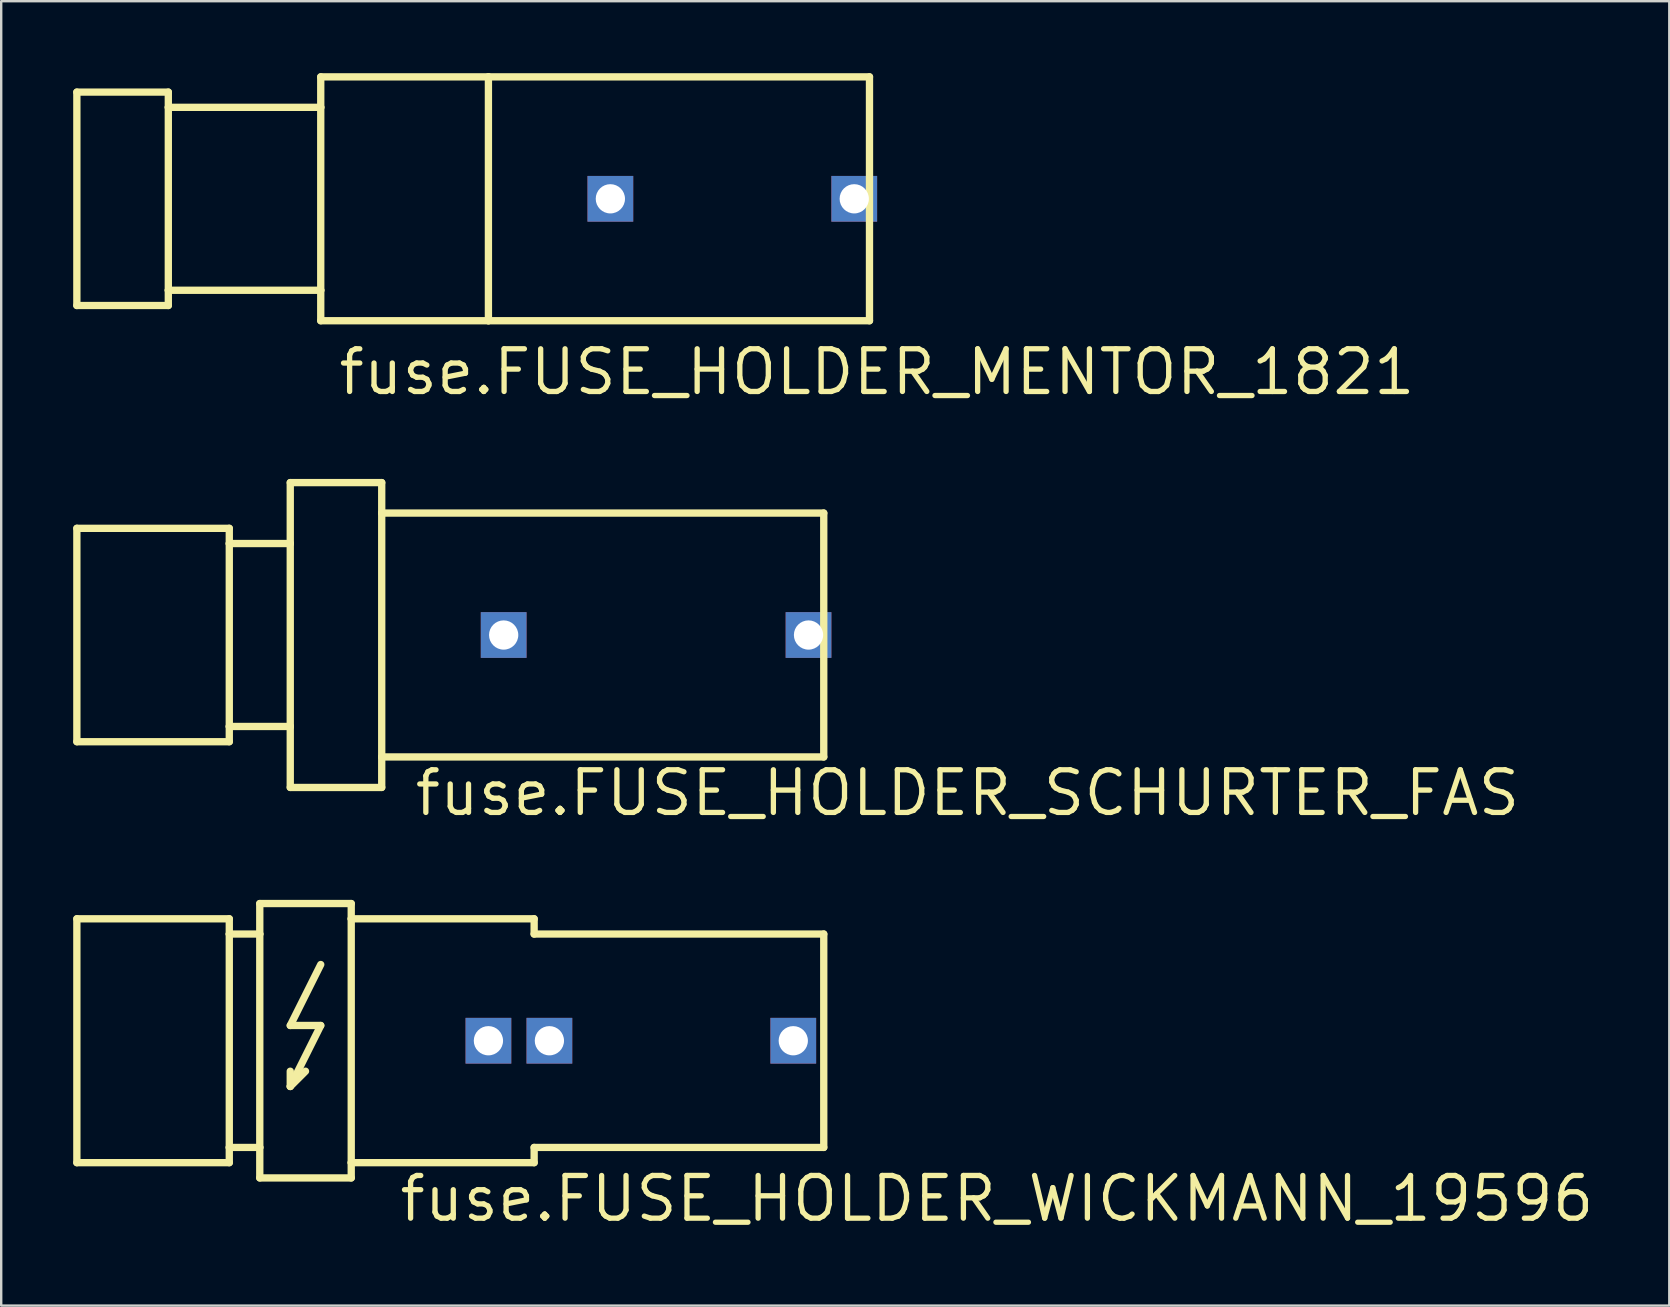
<source format=kicad_pcb>
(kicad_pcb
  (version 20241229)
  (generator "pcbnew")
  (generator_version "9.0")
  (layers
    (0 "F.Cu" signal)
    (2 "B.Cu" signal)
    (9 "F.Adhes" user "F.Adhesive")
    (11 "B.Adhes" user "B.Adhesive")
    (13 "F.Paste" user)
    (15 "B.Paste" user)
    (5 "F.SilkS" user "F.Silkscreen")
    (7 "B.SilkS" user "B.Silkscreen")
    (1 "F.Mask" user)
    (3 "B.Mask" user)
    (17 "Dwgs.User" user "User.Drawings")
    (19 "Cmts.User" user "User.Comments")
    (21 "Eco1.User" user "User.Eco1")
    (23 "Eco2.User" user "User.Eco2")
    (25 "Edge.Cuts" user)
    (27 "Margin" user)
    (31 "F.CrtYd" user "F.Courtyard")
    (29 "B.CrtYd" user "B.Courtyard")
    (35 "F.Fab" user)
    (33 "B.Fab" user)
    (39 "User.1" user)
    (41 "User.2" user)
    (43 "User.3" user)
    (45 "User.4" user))
  (footprint "fuse.FUSE_HOLDER_SCHURTER_FAS"
    (layer "F.Cu")
    (at 17.932 23.404)
    (property "Reference" "fuse.FUSE_HOLDER_SCHURTER_FAS" (at -3.81 7.62 0) (layer "F.SilkS") (effects (font (size 1.778 1.778) (thickness 0.22)) (justify left bottom)))
    (attr through_hole)
    (fp_line (start -17.78 -4.445) (end -11.43 -4.445) (stroke (width 0.305) (type default)) (layer "F.SilkS"))
    (fp_line (start -17.78 4.445) (end -17.78 -4.445) (stroke (width 0.305) (type default)) (layer "F.SilkS"))
    (fp_line (start -11.43 -4.445) (end -11.43 -3.81) (stroke (width 0.305) (type default)) (layer "F.SilkS"))
    (fp_line (start -11.43 -3.81) (end -11.43 3.81) (stroke (width 0.305) (type default)) (layer "F.SilkS"))
    (fp_line (start -11.43 -3.81) (end -8.89 -3.81) (stroke (width 0.305) (type default)) (layer "F.SilkS"))
    (fp_line (start -11.43 3.81) (end -11.43 4.445) (stroke (width 0.305) (type default)) (layer "F.SilkS"))
    (fp_line (start -11.43 3.81) (end -8.89 3.81) (stroke (width 0.305) (type default)) (layer "F.SilkS"))
    (fp_line (start -11.43 4.445) (end -17.78 4.445) (stroke (width 0.305) (type default)) (layer "F.SilkS"))
    (fp_line (start -8.89 -3.81) (end -8.89 -6.35) (stroke (width 0.305) (type default)) (layer "F.SilkS"))
    (fp_line (start -8.89 3.81) (end -8.89 -3.81) (stroke (width 0.305) (type default)) (layer "F.SilkS"))
    (fp_line (start -8.89 6.35) (end -8.89 3.81) (stroke (width 0.305) (type default)) (layer "F.SilkS"))
    (fp_line (start -5.08 -6.35) (end -8.89 -6.35) (stroke (width 0.305) (type default)) (layer "F.SilkS"))
    (fp_line (start -5.08 -5.08) (end -5.08 -6.35) (stroke (width 0.305) (type default)) (layer "F.SilkS"))
    (fp_line (start -5.08 5.08) (end -5.08 -5.08) (stroke (width 0.305) (type default)) (layer "F.SilkS"))
    (fp_line (start -5.08 5.08) (end -5.08 6.35) (stroke (width 0.305) (type default)) (layer "F.SilkS"))
    (fp_line (start -5.08 5.08) (end 13.335 5.08) (stroke (width 0.305) (type default)) (layer "F.SilkS"))
    (fp_line (start -5.08 6.35) (end -8.89 6.35) (stroke (width 0.305) (type default)) (layer "F.SilkS"))
    (fp_line (start 13.335 -5.08) (end -5.08 -5.08) (stroke (width 0.305) (type default)) (layer "F.SilkS"))
    (fp_line (start 13.335 -5.08) (end 13.335 5.08) (stroke (width 0.305) (type default)) (layer "F.SilkS"))
    (pad "A" thru_hole rect (at 0 0) (size 1.905 1.905) (drill 1.219) (layers "*.Cu" "*.Mask"))
    (pad "B" thru_hole rect (at 12.7 0) (size 1.905 1.905) (drill 1.219) (layers "*.Cu" "*.Mask")))
  (footprint "fuse.FUSE_HOLDER_MENTOR_1821"
    (layer "F.Cu")
    (at 22.377 5.232)
    (property "Reference" "fuse.FUSE_HOLDER_MENTOR_1821" (at -11.43 8.255 0) (layer "F.SilkS") (effects (font (size 1.778 1.778) (thickness 0.22)) (justify left bottom)))
    (attr through_hole)
    (fp_line (start -22.225 -4.445) (end -22.225 4.445) (stroke (width 0.305) (type default)) (layer "F.SilkS"))
    (fp_line (start -22.225 4.445) (end -18.415 4.445) (stroke (width 0.305) (type default)) (layer "F.SilkS"))
    (fp_line (start -18.415 -4.445) (end -22.225 -4.445) (stroke (width 0.305) (type default)) (layer "F.SilkS"))
    (fp_line (start -18.415 -3.81) (end -18.415 -4.445) (stroke (width 0.305) (type default)) (layer "F.SilkS"))
    (fp_line (start -18.415 -3.81) (end -18.415 3.81) (stroke (width 0.305) (type default)) (layer "F.SilkS"))
    (fp_line (start -18.415 -3.81) (end -12.065 -3.81) (stroke (width 0.305) (type default)) (layer "F.SilkS"))
    (fp_line (start -18.415 3.81) (end -18.415 4.445) (stroke (width 0.305) (type default)) (layer "F.SilkS"))
    (fp_line (start -12.065 -5.08) (end -12.065 -3.81) (stroke (width 0.305) (type default)) (layer "F.SilkS"))
    (fp_line (start -12.065 -3.81) (end -12.065 3.81) (stroke (width 0.305) (type default)) (layer "F.SilkS"))
    (fp_line (start -12.065 3.81) (end -18.415 3.81) (stroke (width 0.305) (type default)) (layer "F.SilkS"))
    (fp_line (start -12.065 3.81) (end -12.065 5.08) (stroke (width 0.305) (type default)) (layer "F.SilkS"))
    (fp_line (start -5.08 -5.08) (end -12.065 -5.08) (stroke (width 0.305) (type default)) (layer "F.SilkS"))
    (fp_line (start -5.08 -5.08) (end -5.08 5.08) (stroke (width 0.305) (type default)) (layer "F.SilkS"))
    (fp_line (start -5.08 5.08) (end -12.065 5.08) (stroke (width 0.305) (type default)) (layer "F.SilkS"))
    (fp_line (start 10.795 -5.08) (end -5.08 -5.08) (stroke (width 0.305) (type default)) (layer "F.SilkS"))
    (fp_line (start 10.795 5.08) (end -5.08 5.08) (stroke (width 0.305) (type default)) (layer "F.SilkS"))
    (fp_line (start 10.795 5.08) (end 10.795 -5.08) (stroke (width 0.305) (type default)) (layer "F.SilkS"))
    (pad "A" thru_hole rect (at 10.16 0) (size 1.905 1.905) (drill 1.219) (layers "*.Cu" "*.Mask"))
    (pad "B" thru_hole rect (at 0 0) (size 1.905 1.905) (drill 1.219) (layers "*.Cu" "*.Mask")))
  (footprint "fuse.FUSE_HOLDER_WICKMANN_19596"
    (layer "F.Cu")
    (at 17.297 40.306)
    (property "Reference" "fuse.FUSE_HOLDER_WICKMANN_19596" (at -3.81 7.62 0) (layer "F.SilkS") (effects (font (size 1.778 1.778) (thickness 0.22)) (justify left bottom)))
    (attr through_hole)
    (fp_line (start -17.145 -5.08) (end -10.795 -5.08) (stroke (width 0.305) (type default)) (layer "F.SilkS"))
    (fp_line (start -17.145 5.08) (end -17.145 -5.08) (stroke (width 0.305) (type default)) (layer "F.SilkS"))
    (fp_line (start -10.795 -5.08) (end -10.795 -4.445) (stroke (width 0.305) (type default)) (layer "F.SilkS"))
    (fp_line (start -10.795 -4.445) (end -10.795 4.445) (stroke (width 0.305) (type default)) (layer "F.SilkS"))
    (fp_line (start -10.795 -4.445) (end -9.525 -4.445) (stroke (width 0.305) (type default)) (layer "F.SilkS"))
    (fp_line (start -10.795 4.445) (end -10.795 5.08) (stroke (width 0.305) (type default)) (layer "F.SilkS"))
    (fp_line (start -10.795 4.445) (end -9.525 4.445) (stroke (width 0.305) (type default)) (layer "F.SilkS"))
    (fp_line (start -10.795 5.08) (end -17.145 5.08) (stroke (width 0.305) (type default)) (layer "F.SilkS"))
    (fp_line (start -9.525 -4.445) (end -9.525 -5.715) (stroke (width 0.305) (type default)) (layer "F.SilkS"))
    (fp_line (start -9.525 4.445) (end -9.525 -4.445) (stroke (width 0.305) (type default)) (layer "F.SilkS"))
    (fp_line (start -9.525 5.715) (end -9.525 4.445) (stroke (width 0.305) (type default)) (layer "F.SilkS"))
    (fp_line (start -8.255 -0.635) (end -6.985 -0.635) (stroke (width 0.305) (type default)) (layer "F.SilkS"))
    (fp_line (start -8.255 1.905) (end -8.255 1.27) (stroke (width 0.305) (type default)) (layer "F.SilkS"))
    (fp_line (start -8.255 1.905) (end -7.62 1.27) (stroke (width 0.305) (type default)) (layer "F.SilkS"))
    (fp_line (start -6.985 -3.175) (end -8.255 -0.635) (stroke (width 0.305) (type default)) (layer "F.SilkS"))
    (fp_line (start -6.985 -0.635) (end -8.255 1.905) (stroke (width 0.305) (type default)) (layer "F.SilkS"))
    (fp_line (start -5.715 -5.715) (end -9.525 -5.715) (stroke (width 0.305) (type default)) (layer "F.SilkS"))
    (fp_line (start -5.715 -5.08) (end -5.715 -5.715) (stroke (width 0.305) (type default)) (layer "F.SilkS"))
    (fp_line (start -5.715 -5.08) (end 1.905 -5.08) (stroke (width 0.305) (type default)) (layer "F.SilkS"))
    (fp_line (start -5.715 5.08) (end -5.715 -5.08) (stroke (width 0.305) (type default)) (layer "F.SilkS"))
    (fp_line (start -5.715 5.08) (end -5.715 5.715) (stroke (width 0.305) (type default)) (layer "F.SilkS"))
    (fp_line (start -5.715 5.08) (end 1.905 5.08) (stroke (width 0.305) (type default)) (layer "F.SilkS"))
    (fp_line (start -5.715 5.715) (end -9.525 5.715) (stroke (width 0.305) (type default)) (layer "F.SilkS"))
    (fp_line (start 1.905 -4.445) (end 1.905 -5.08) (stroke (width 0.305) (type default)) (layer "F.SilkS"))
    (fp_line (start 1.905 -4.445) (end 13.97 -4.445) (stroke (width 0.305) (type default)) (layer "F.SilkS"))
    (fp_line (start 1.905 4.445) (end 1.905 5.08) (stroke (width 0.305) (type default)) (layer "F.SilkS"))
    (fp_line (start 1.905 4.445) (end 13.97 4.445) (stroke (width 0.305) (type default)) (layer "F.SilkS"))
    (fp_line (start 13.97 -4.445) (end 13.97 4.445) (stroke (width 0.305) (type default)) (layer "F.SilkS"))
    (pad "A" thru_hole rect (at 12.7 0) (size 1.905 1.905) (drill 1.219) (layers "*.Cu" "*.Mask"))
    (pad "B" thru_hole rect (at 0 0) (size 1.905 1.905) (drill 1.219) (layers "*.Cu" "*.Mask"))
    (pad "B@1" thru_hole rect (at 2.54 0) (size 1.905 1.905) (drill 1.219) (layers "*.Cu" "*.Mask")))
  (gr_rect
    (start -3 -3)
    (end 66.491 51.341)
    (stroke (width 0.1) (type default))
    (fill no)
    (layer "Edge.Cuts")))
</source>
